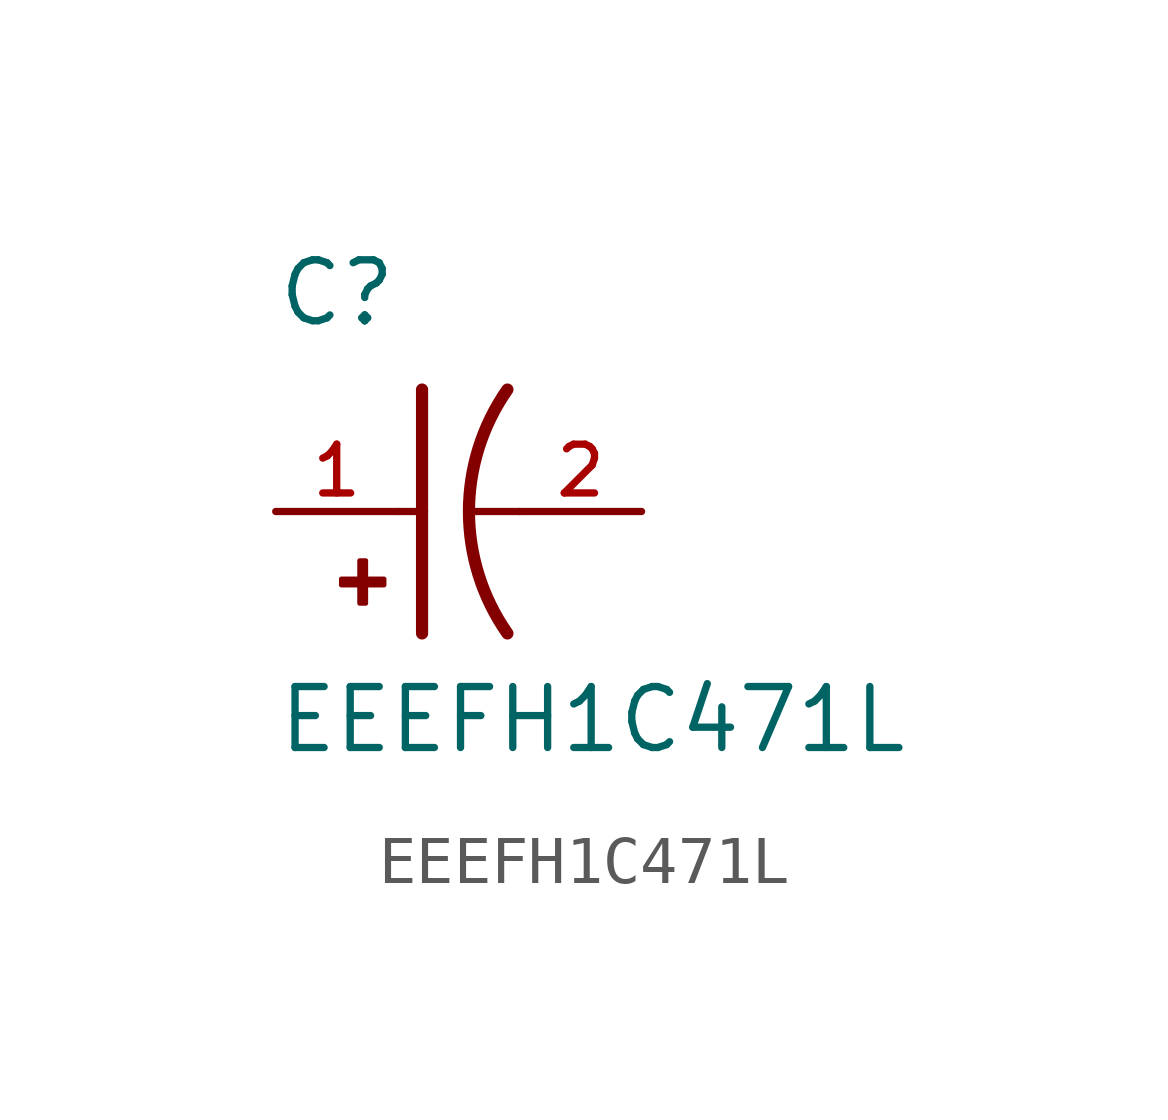
<source format=kicad_sym>
(kicad_symbol_lib
  (version 20211014)
  (generator kicad_symbol_editor)
  (symbol "EEEFH1C471L"
    (pin_names
      (offset 1.016))
    (property "Reference" "C"
      (at -2.54 3.81 0)
      (effects (font (size 1.27 1.27)) (justify bottom left)))
    (property "Value" "EEEFH1C471L"
      (at -2.54 -5.08 0)
      (effects (font (size 1.27 1.27)) (justify bottom left)))
    (symbol "EEEFH1C471L_0_0"
      (arc (start 2.286 -2.54) (mid 1.4851 -0.0) (end 2.286 2.54) (stroke (width 0.254) (type default) (color 0 0 0 0)) (fill (type none)))
      (polyline (pts (xy 0.508 2.54) (xy 0.508 0.0)) (stroke (width 0.254)))
      (rectangle (start -1.173 -1.532) (end -0.284 -1.405) (stroke (width 0.1)) (fill (type outline)))
      (rectangle (start -0.792 -1.913) (end -0.665 -1.024) (stroke (width 0.1)) (fill (type outline)))
      (polyline (pts (xy 0.508 0.0) (xy 0.508 -2.54)) (stroke (width 0.254)))
      (polyline (pts (xy 0.0 0.0) (xy 0.508 0.0)) (stroke (width 0.152)))
      (polyline (pts (xy 2.54 0.0) (xy 1.524 0.0)) (stroke (width 0.152)))
      (pin passive line (at -2.54 0.0 0) (length 2.54) (name "~" (effects (font (size 1.016 1.016)))) (number "1" (effects (font (size 1.016 1.016)))))
      (pin passive line (at 5.08 0.0 180.0) (length 2.54) (name "~" (effects (font (size 1.016 1.016)))) (number "2" (effects (font (size 1.016 1.016))))))))
</source>
